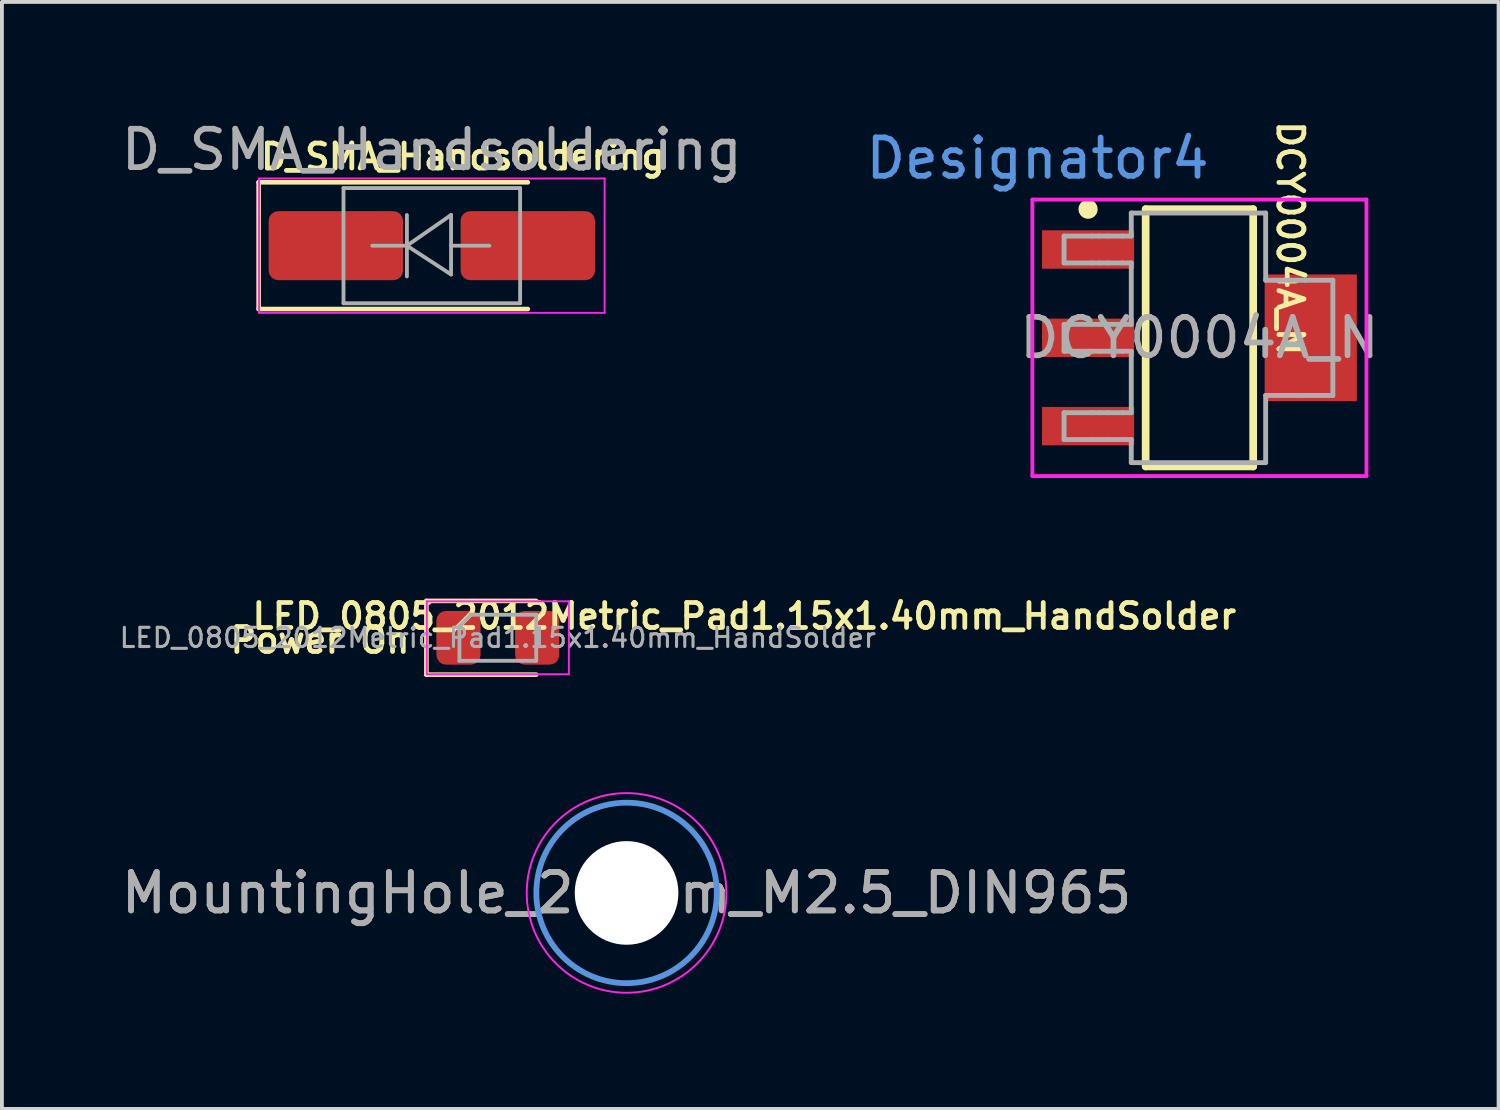
<source format=kicad_pcb>
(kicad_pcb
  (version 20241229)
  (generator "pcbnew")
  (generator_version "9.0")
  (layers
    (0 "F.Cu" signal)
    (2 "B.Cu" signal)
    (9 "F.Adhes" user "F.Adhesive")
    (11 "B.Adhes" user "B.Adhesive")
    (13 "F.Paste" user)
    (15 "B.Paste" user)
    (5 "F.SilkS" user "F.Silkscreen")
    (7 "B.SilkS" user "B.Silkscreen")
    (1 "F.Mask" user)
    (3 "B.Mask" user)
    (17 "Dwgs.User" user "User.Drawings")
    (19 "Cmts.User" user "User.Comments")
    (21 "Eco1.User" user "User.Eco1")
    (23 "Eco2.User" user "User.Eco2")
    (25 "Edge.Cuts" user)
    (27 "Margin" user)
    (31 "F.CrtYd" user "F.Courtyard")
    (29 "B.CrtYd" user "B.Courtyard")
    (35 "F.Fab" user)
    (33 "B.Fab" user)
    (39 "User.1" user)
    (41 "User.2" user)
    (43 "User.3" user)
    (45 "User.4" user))
  (footprint "DCY0004A_N"
    (layer "F.Cu")
    (at 28.187 5.748)
    (property "Reference" "DCY0004A_N" (at 2.364 -2.592 270) (unlocked yes) (layer "F.SilkS") (effects (font (size 0.65 0.65) (thickness 0.125))))
    (attr smd)
    (fp_line (start -1.4 -3.35) (end 1.4 -3.35) (stroke (width 0.2) (type solid)) (layer "F.SilkS"))
    (fp_line (start -1.4 3.35) (end -1.4 -3.35) (stroke (width 0.2) (type solid)) (layer "F.SilkS"))
    (fp_line (start -1.4 3.35) (end 1.4 3.35) (stroke (width 0.2) (type solid)) (layer "F.SilkS"))
    (fp_line (start 1.4 3.35) (end 1.4 -3.35) (stroke (width 0.2) (type solid)) (layer "F.SilkS"))
    (fp_circle (center -2.9 -3.35) (end -2.775 -3.35) (stroke (width 0.25) (type solid)) (fill no) (layer "F.SilkS"))
    (fp_line (start -4.35 -3.6) (end 4.35 -3.6) (stroke (width 0.1) (type solid)) (layer "F.CrtYd"))
    (fp_line (start -4.35 3.6) (end -4.35 -3.6) (stroke (width 0.1) (type solid)) (layer "F.CrtYd"))
    (fp_line (start -4.35 3.6) (end 4.35 3.6) (stroke (width 0.1) (type solid)) (layer "F.CrtYd"))
    (fp_line (start 4.35 3.6) (end 4.35 -3.6) (stroke (width 0.1) (type solid)) (layer "F.CrtYd"))
    (fp_line (start -3.525 -2.65) (end -2.797 -2.65) (stroke (width 0.127) (type solid)) (layer "F.Fab"))
    (fp_line (start -3.525 -1.95) (end -3.525 -2.65) (stroke (width 0.127) (type solid)) (layer "F.Fab"))
    (fp_line (start -3.525 -1.95) (end -2.797 -1.95) (stroke (width 0.127) (type solid)) (layer "F.Fab"))
    (fp_line (start -3.525 -0.35) (end -2.797 -0.35) (stroke (width 0.127) (type solid)) (layer "F.Fab"))
    (fp_line (start -3.525 0.35) (end -3.525 -0.35) (stroke (width 0.127) (type solid)) (layer "F.Fab"))
    (fp_line (start -3.525 0.35) (end -2.797 0.35) (stroke (width 0.127) (type solid)) (layer "F.Fab"))
    (fp_line (start -3.525 1.95) (end -2.797 1.95) (stroke (width 0.127) (type solid)) (layer "F.Fab"))
    (fp_line (start -3.525 2.65) (end -3.525 1.95) (stroke (width 0.127) (type solid)) (layer "F.Fab"))
    (fp_line (start -3.525 2.65) (end -2.797 2.65) (stroke (width 0.127) (type solid)) (layer "F.Fab"))
    (fp_line (start -2.797 -2.65) (end -2.612 -2.65) (stroke (width 0.127) (type solid)) (layer "F.Fab"))
    (fp_line (start -2.797 -1.95) (end -2.612 -1.95) (stroke (width 0.127) (type solid)) (layer "F.Fab"))
    (fp_line (start -2.797 -0.35) (end -2.612 -0.35) (stroke (width 0.127) (type solid)) (layer "F.Fab"))
    (fp_line (start -2.797 0.35) (end -2.612 0.35) (stroke (width 0.127) (type solid)) (layer "F.Fab"))
    (fp_line (start -2.797 1.95) (end -2.612 1.95) (stroke (width 0.127) (type solid)) (layer "F.Fab"))
    (fp_line (start -2.797 2.65) (end -2.612 2.65) (stroke (width 0.127) (type solid)) (layer "F.Fab"))
    (fp_line (start -2.612 -2.65) (end -2.374 -2.65) (stroke (width 0.127) (type solid)) (layer "F.Fab"))
    (fp_line (start -2.612 -1.95) (end -2.374 -1.95) (stroke (width 0.127) (type solid)) (layer "F.Fab"))
    (fp_line (start -2.612 -0.35) (end -2.374 -0.35) (stroke (width 0.127) (type solid)) (layer "F.Fab"))
    (fp_line (start -2.612 0.35) (end -2.374 0.35) (stroke (width 0.127) (type solid)) (layer "F.Fab"))
    (fp_line (start -2.612 1.95) (end -2.374 1.95) (stroke (width 0.127) (type solid)) (layer "F.Fab"))
    (fp_line (start -2.612 2.65) (end -2.374 2.65) (stroke (width 0.127) (type solid)) (layer "F.Fab"))
    (fp_line (start -2.374 -2.65) (end -2.003 -2.65) (stroke (width 0.127) (type solid)) (layer "F.Fab"))
    (fp_line (start -2.374 -1.95) (end -2.003 -1.95) (stroke (width 0.127) (type solid)) (layer "F.Fab"))
    (fp_line (start -2.374 -0.35) (end -2.003 -0.35) (stroke (width 0.127) (type solid)) (layer "F.Fab"))
    (fp_line (start -2.374 0.35) (end -2.003 0.35) (stroke (width 0.127) (type solid)) (layer "F.Fab"))
    (fp_line (start -2.374 1.95) (end -2.003 1.95) (stroke (width 0.127) (type solid)) (layer "F.Fab"))
    (fp_line (start -2.374 2.65) (end -2.003 2.65) (stroke (width 0.127) (type solid)) (layer "F.Fab"))
    (fp_line (start -2.003 -2.65) (end -1.775 -2.65) (stroke (width 0.127) (type solid)) (layer "F.Fab"))
    (fp_line (start -2.003 -1.95) (end -1.775 -1.95) (stroke (width 0.127) (type solid)) (layer "F.Fab"))
    (fp_line (start -2.003 -0.35) (end -1.775 -0.35) (stroke (width 0.127) (type solid)) (layer "F.Fab"))
    (fp_line (start -2.003 0.35) (end -1.775 0.35) (stroke (width 0.127) (type solid)) (layer "F.Fab"))
    (fp_line (start -2.003 1.95) (end -1.775 1.95) (stroke (width 0.127) (type solid)) (layer "F.Fab"))
    (fp_line (start -2.003 2.65) (end -1.775 2.65) (stroke (width 0.127) (type solid)) (layer "F.Fab"))
    (fp_line (start -1.775 -3.25) (end 1.725 -3.25) (stroke (width 0.127) (type solid)) (layer "F.Fab"))
    (fp_line (start -1.775 -2.65) (end -1.775 -3.25) (stroke (width 0.127) (type solid)) (layer "F.Fab"))
    (fp_line (start -1.775 -0.35) (end -1.775 -1.95) (stroke (width 0.127) (type solid)) (layer "F.Fab"))
    (fp_line (start -1.775 1.95) (end -1.775 0.35) (stroke (width 0.127) (type solid)) (layer "F.Fab"))
    (fp_line (start -1.775 3.25) (end -1.775 2.65) (stroke (width 0.127) (type solid)) (layer "F.Fab"))
    (fp_line (start -1.775 3.25) (end 1.725 3.25) (stroke (width 0.127) (type solid)) (layer "F.Fab"))
    (fp_line (start 1.725 -1.5) (end 1.725 -3.25) (stroke (width 0.127) (type solid)) (layer "F.Fab"))
    (fp_line (start 1.725 -1.5) (end 1.953 -1.5) (stroke (width 0.127) (type solid)) (layer "F.Fab"))
    (fp_line (start 1.725 1.5) (end 1.953 1.5) (stroke (width 0.127) (type solid)) (layer "F.Fab"))
    (fp_line (start 1.725 3.25) (end 1.725 1.5) (stroke (width 0.127) (type solid)) (layer "F.Fab"))
    (fp_line (start 1.953 -1.5) (end 2.324 -1.5) (stroke (width 0.127) (type solid)) (layer "F.Fab"))
    (fp_line (start 1.953 1.5) (end 2.324 1.5) (stroke (width 0.127) (type solid)) (layer "F.Fab"))
    (fp_line (start 2.324 -1.5) (end 2.562 -1.5) (stroke (width 0.127) (type solid)) (layer "F.Fab"))
    (fp_line (start 2.324 1.5) (end 2.562 1.5) (stroke (width 0.127) (type solid)) (layer "F.Fab"))
    (fp_line (start 2.562 -1.5) (end 2.747 -1.5) (stroke (width 0.127) (type solid)) (layer "F.Fab"))
    (fp_line (start 2.562 1.5) (end 2.747 1.5) (stroke (width 0.127) (type solid)) (layer "F.Fab"))
    (fp_line (start 2.747 -1.5) (end 3.475 -1.5) (stroke (width 0.127) (type solid)) (layer "F.Fab"))
    (fp_line (start 2.747 1.5) (end 3.475 1.5) (stroke (width 0.127) (type solid)) (layer "F.Fab"))
    (fp_line (start 3.475 1.5) (end 3.475 -1.5) (stroke (width 0.127) (type solid)) (layer "F.Fab"))
    (fp_text user "Designator4" (at -4.216 -4.674 0) (unlocked yes) (layer "Cmts.User") (effects (font (size 1 1) (thickness 0.15))))
    (fp_text user "${REFERENCE}" (at 0 0 0) (unlocked yes) (layer "F.Fab") (effects (font (size 1 1) (thickness 0.15))))
    (pad "1" smd rect (at -2.9 -2.3 90) (size 1 2.4) (layers "F.Cu" "F.Mask" "F.Paste"))
    (pad "2" smd rect (at -2.9 0 90) (size 1 2.4) (layers "F.Cu" "F.Mask" "F.Paste"))
    (pad "3" smd rect (at -2.9 2.3 90) (size 1 2.4) (layers "F.Cu" "F.Mask" "F.Paste"))
    (pad "4" smd rect (at 2.9 0 90) (size 3.3 2.4) (layers "F.Cu" "F.Mask" "F.Paste")))
  (footprint "D_SMA_Handsoldering"
    (layer "F.Cu")
    (at 8.196 3.348)
    (property "Reference" "D_SMA_Handsoldering" (at 0.81 -2.317 0) (layer "F.SilkS") (effects (font (size 0.65 0.65) (thickness 0.125))))
    (attr smd)
    (fp_line (start -4.51 -1.65) (end -4.51 1.65) (stroke (width 0.12) (type solid)) (layer "F.SilkS"))
    (fp_line (start -4.51 -1.65) (end 2.5 -1.65) (stroke (width 0.12) (type solid)) (layer "F.SilkS"))
    (fp_line (start -4.51 1.65) (end 2.5 1.65) (stroke (width 0.12) (type solid)) (layer "F.SilkS"))
    (fp_line (start -4.5 -1.75) (end 4.5 -1.75) (stroke (width 0.05) (type solid)) (layer "F.CrtYd"))
    (fp_line (start -4.5 1.75) (end -4.5 -1.75) (stroke (width 0.05) (type solid)) (layer "F.CrtYd"))
    (fp_line (start 4.5 -1.75) (end 4.5 1.75) (stroke (width 0.05) (type solid)) (layer "F.CrtYd"))
    (fp_line (start 4.5 1.75) (end -4.5 1.75) (stroke (width 0.05) (type solid)) (layer "F.CrtYd"))
    (fp_line (start -2.3 1.5) (end -2.3 -1.5) (stroke (width 0.1) (type solid)) (layer "F.Fab"))
    (fp_line (start -0.649 -0.799) (end -0.649 0.801) (stroke (width 0.1) (type solid)) (layer "F.Fab"))
    (fp_line (start -0.649 0.001) (end -1.551 0.001) (stroke (width 0.1) (type solid)) (layer "F.Fab"))
    (fp_line (start -0.649 0.001) (end 0.501 -0.799) (stroke (width 0.1) (type solid)) (layer "F.Fab"))
    (fp_line (start -0.649 0.001) (end 0.501 0.75) (stroke (width 0.1) (type solid)) (layer "F.Fab"))
    (fp_line (start 0.501 0.001) (end 1.499 0.001) (stroke (width 0.1) (type solid)) (layer "F.Fab"))
    (fp_line (start 0.501 0.75) (end 0.501 -0.799) (stroke (width 0.1) (type solid)) (layer "F.Fab"))
    (fp_line (start 2.3 -1.5) (end -2.3 -1.5) (stroke (width 0.1) (type solid)) (layer "F.Fab"))
    (fp_line (start 2.3 -1.5) (end 2.3 1.5) (stroke (width 0.1) (type solid)) (layer "F.Fab"))
    (fp_line (start 2.3 1.5) (end -2.3 1.5) (stroke (width 0.1) (type solid)) (layer "F.Fab"))
    (fp_text user "${REFERENCE}" (at 0 -2.5 0) (layer "F.Fab") (effects (font (size 1 1) (thickness 0.15))))
    (pad "1" smd roundrect (at -2.5 0) (size 3.5 1.8) (layers "F.Cu" "F.Mask" "F.Paste") (roundrect_rratio 0.139))
    (pad "2" smd roundrect (at 2.5 0) (size 3.5 1.8) (layers "F.Cu" "F.Mask" "F.Paste") (roundrect_rratio 0.139)))
  (footprint "LED_0805_2012Metric_Pad1.15x1.40mm_HandSolder"
    (layer "F.Cu")
    (at 9.915 13.56)
    (property "Reference" "LED_0805_2012Metric_Pad1.15x1.40mm_HandSolder" (at 6.42 -0.563 180) (layer "F.SilkS") (effects (font (size 0.65 0.65) (thickness 0.125))))
    (property "Description" "Power On" (at -4.63 0.062 0) (layer "F.SilkS") (effects (font (size 0.65 0.65) (thickness 0.125))))
    (attr smd)
    (fp_line (start -1.86 -0.96) (end -1.86 0.96) (stroke (width 0.12) (type solid)) (layer "F.SilkS"))
    (fp_line (start -1.86 0.96) (end 1 0.96) (stroke (width 0.12) (type solid)) (layer "F.SilkS"))
    (fp_line (start 1 -0.96) (end -1.86 -0.96) (stroke (width 0.12) (type solid)) (layer "F.SilkS"))
    (fp_line (start -1.85 -0.95) (end 1.85 -0.95) (stroke (width 0.05) (type solid)) (layer "F.CrtYd"))
    (fp_line (start -1.85 0.95) (end -1.85 -0.95) (stroke (width 0.05) (type solid)) (layer "F.CrtYd"))
    (fp_line (start 1.85 -0.95) (end 1.85 0.95) (stroke (width 0.05) (type solid)) (layer "F.CrtYd"))
    (fp_line (start 1.85 0.95) (end -1.85 0.95) (stroke (width 0.05) (type solid)) (layer "F.CrtYd"))
    (fp_line (start -1 -0.3) (end -1 0.6) (stroke (width 0.1) (type solid)) (layer "F.Fab"))
    (fp_line (start -1 0.6) (end 1 0.6) (stroke (width 0.1) (type solid)) (layer "F.Fab"))
    (fp_line (start -0.7 -0.6) (end -1 -0.3) (stroke (width 0.1) (type solid)) (layer "F.Fab"))
    (fp_line (start 1 -0.6) (end -0.7 -0.6) (stroke (width 0.1) (type solid)) (layer "F.Fab"))
    (fp_line (start 1 0.6) (end 1 -0.6) (stroke (width 0.1) (type solid)) (layer "F.Fab"))
    (fp_text user "${REFERENCE}" (at 0 0 0) (layer "F.Fab") (effects (font (size 0.5 0.5) (thickness 0.08))))
    (pad "1" smd roundrect (at -1.025 0) (size 1.15 1.4) (layers "F.Cu" "F.Mask" "F.Paste") (roundrect_rratio 0.217))
    (pad "2" smd roundrect (at 1.025 0) (size 1.15 1.4) (layers "F.Cu" "F.Mask" "F.Paste") (roundrect_rratio 0.217)))
  (footprint "MountingHole_2.7mm_M2.5_DIN965"
    (layer "F.Cu")
    (at 13.268 20.205)
    (property "Reference" "MountingHole_2.7mm_M2.5_DIN965" (at 0 0 0) (layer "F.Fab") (effects (font (size 1 1) (thickness 0.15))))
    (attr exclude_from_pos_files exclude_from_bom)
    (fp_circle (center 0 0) (end 2.35 0) (stroke (width 0.15) (type solid)) (fill no) (layer "Cmts.User"))
    (fp_circle (center 0 0) (end 2.6 0) (stroke (width 0.05) (type solid)) (fill no) (layer "F.CrtYd"))
    (fp_text user "${REFERENCE}" (at 0 0 0) (layer "F.Fab") (effects (font (size 1 1) (thickness 0.15))))
    (pad "" np_thru_hole circle (at 0 0) (size 2.7 2.7) (drill 2.7) (layers "*.Cu" "*.Mask")))
  (gr_rect
    (start -3 -3)
    (end 35.978 25.83)
    (stroke (width 0.1) (type default))
    (fill no)
    (layer "Edge.Cuts")))
</source>
